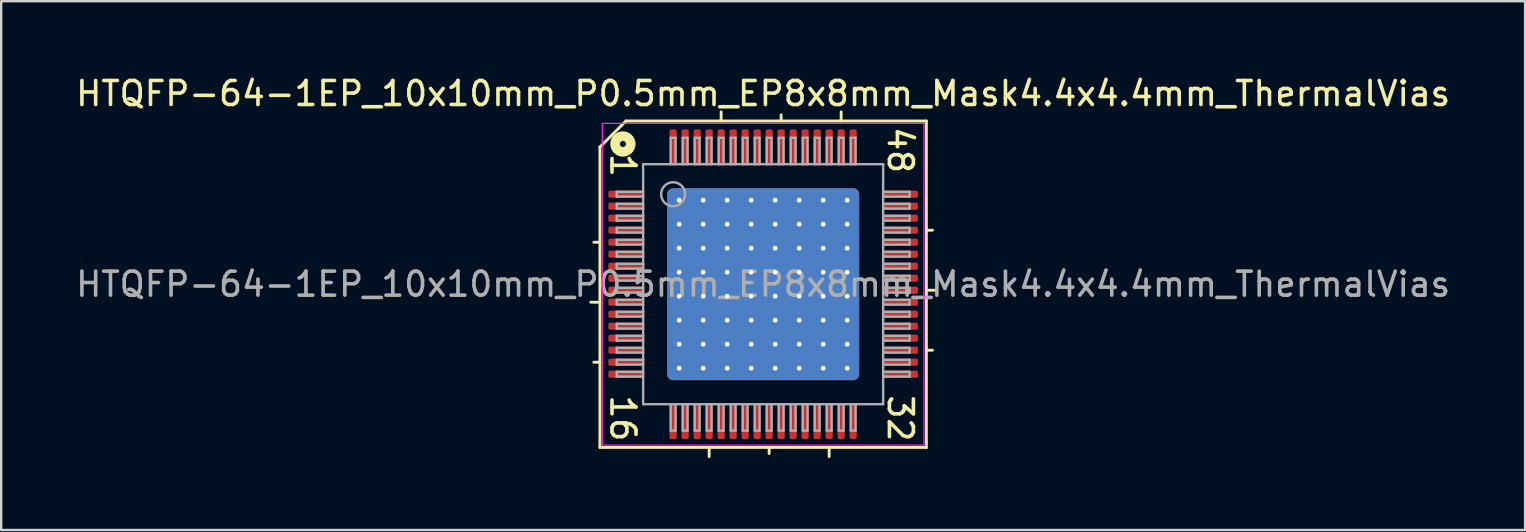
<source format=kicad_pcb>
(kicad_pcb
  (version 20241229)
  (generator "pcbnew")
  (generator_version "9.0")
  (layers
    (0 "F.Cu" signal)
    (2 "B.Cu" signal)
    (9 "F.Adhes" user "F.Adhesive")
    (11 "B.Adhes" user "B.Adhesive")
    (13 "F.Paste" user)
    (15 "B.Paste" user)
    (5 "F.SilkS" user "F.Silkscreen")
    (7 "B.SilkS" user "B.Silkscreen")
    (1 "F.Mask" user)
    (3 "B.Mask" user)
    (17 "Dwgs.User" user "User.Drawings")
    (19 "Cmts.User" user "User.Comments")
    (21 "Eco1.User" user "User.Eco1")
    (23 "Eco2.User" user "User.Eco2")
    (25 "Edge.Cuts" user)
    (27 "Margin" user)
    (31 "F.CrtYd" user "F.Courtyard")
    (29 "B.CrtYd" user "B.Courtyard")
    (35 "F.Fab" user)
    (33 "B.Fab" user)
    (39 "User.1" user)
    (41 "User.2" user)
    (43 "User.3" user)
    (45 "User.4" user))
  (footprint "HTQFP-64-1EP_10x10mm_P0.5mm_EP8x8mm_Mask4.4x4.4mm_ThermalVias"
    (layer "F.Cu")
    (at 28.744 8.791)
    (property "Reference" "HTQFP-64-1EP_10x10mm_P0.5mm_EP8x8mm_Mask4.4x4.4mm_ThermalVias" (at 0 -7.943 0) (layer "F.SilkS") (effects (font (size 1 1) (thickness 0.15))))
    (attr smd)
    (fp_line (start -6.8 -5.715) (end -6.8 6.8) (stroke (width 0.12) (type solid)) (layer "F.SilkS"))
    (fp_line (start -6.8 -1.75) (end -7.054 -1.75) (stroke (width 0.12) (type solid)) (layer "F.SilkS"))
    (fp_line (start -6.8 0.75) (end -7.181 0.75) (stroke (width 0.12) (type solid)) (layer "F.SilkS"))
    (fp_line (start -6.8 3.25) (end -7.054 3.25) (stroke (width 0.12) (type solid)) (layer "F.SilkS"))
    (fp_line (start -6.8 6.8) (end 6.8 6.8) (stroke (width 0.12) (type solid)) (layer "F.SilkS"))
    (fp_line (start -5.715 -6.8) (end -6.8 -5.715) (stroke (width 0.12) (type solid)) (layer "F.SilkS"))
    (fp_line (start -2.25 6.8) (end -2.25 7.181) (stroke (width 0.12) (type solid)) (layer "F.SilkS"))
    (fp_line (start -1.75 -6.8) (end -1.75 -7.181) (stroke (width 0.12) (type solid)) (layer "F.SilkS"))
    (fp_line (start 0.25 6.8) (end 0.25 7.054) (stroke (width 0.12) (type solid)) (layer "F.SilkS"))
    (fp_line (start 0.75 -6.8) (end 0.75 -7.054) (stroke (width 0.12) (type solid)) (layer "F.SilkS"))
    (fp_line (start 2.75 6.8) (end 2.75 7.181) (stroke (width 0.12) (type solid)) (layer "F.SilkS"))
    (fp_line (start 3.25 -6.8) (end 3.25 -7.181) (stroke (width 0.12) (type solid)) (layer "F.SilkS"))
    (fp_line (start 6.8 -6.8) (end -5.715 -6.8) (stroke (width 0.12) (type solid)) (layer "F.SilkS"))
    (fp_line (start 6.8 -2.25) (end 7.054 -2.25) (stroke (width 0.12) (type solid)) (layer "F.SilkS"))
    (fp_line (start 6.8 0.25) (end 7.181 0.25) (stroke (width 0.12) (type solid)) (layer "F.SilkS"))
    (fp_line (start 6.8 2.75) (end 7.054 2.75) (stroke (width 0.12) (type solid)) (layer "F.SilkS"))
    (fp_line (start 6.8 6.8) (end 6.8 -6.8) (stroke (width 0.12) (type solid)) (layer "F.SilkS"))
    (fp_circle (center -5.842 -5.842) (end -5.715 -5.842) (stroke (width 0.4) (type solid)) (fill no) (layer "F.SilkS"))
    (fp_line (start -6.7 -6.7) (end -6.7 6.7) (stroke (width 0.05) (type solid)) (layer "F.CrtYd"))
    (fp_line (start -6.7 -6.7) (end 6.7 -6.7) (stroke (width 0.05) (type solid)) (layer "F.CrtYd"))
    (fp_line (start -6.7 6.7) (end 6.7 6.7) (stroke (width 0.05) (type solid)) (layer "F.CrtYd"))
    (fp_line (start 6.7 -6.7) (end 6.7 6.7) (stroke (width 0.05) (type solid)) (layer "F.CrtYd"))
    (fp_line (start -6.1 -3.85) (end -6.1 -3.65) (stroke (width 0.1) (type solid)) (layer "F.Fab"))
    (fp_line (start -6.1 -3.85) (end -5 -3.85) (stroke (width 0.1) (type solid)) (layer "F.Fab"))
    (fp_line (start -6.1 -3.65) (end -5 -3.65) (stroke (width 0.1) (type solid)) (layer "F.Fab"))
    (fp_line (start -6.1 -3.35) (end -6.1 -3.15) (stroke (width 0.1) (type solid)) (layer "F.Fab"))
    (fp_line (start -6.1 -3.35) (end -5 -3.35) (stroke (width 0.1) (type solid)) (layer "F.Fab"))
    (fp_line (start -6.1 -3.15) (end -5 -3.15) (stroke (width 0.1) (type solid)) (layer "F.Fab"))
    (fp_line (start -6.1 -2.85) (end -6.1 -2.65) (stroke (width 0.1) (type solid)) (layer "F.Fab"))
    (fp_line (start -6.1 -2.85) (end -5 -2.85) (stroke (width 0.1) (type solid)) (layer "F.Fab"))
    (fp_line (start -6.1 -2.65) (end -5 -2.65) (stroke (width 0.1) (type solid)) (layer "F.Fab"))
    (fp_line (start -6.1 -2.35) (end -6.1 -2.15) (stroke (width 0.1) (type solid)) (layer "F.Fab"))
    (fp_line (start -6.1 -2.35) (end -5 -2.35) (stroke (width 0.1) (type solid)) (layer "F.Fab"))
    (fp_line (start -6.1 -2.15) (end -5 -2.15) (stroke (width 0.1) (type solid)) (layer "F.Fab"))
    (fp_line (start -6.1 -1.85) (end -6.1 -1.65) (stroke (width 0.1) (type solid)) (layer "F.Fab"))
    (fp_line (start -6.1 -1.85) (end -5 -1.85) (stroke (width 0.1) (type solid)) (layer "F.Fab"))
    (fp_line (start -6.1 -1.65) (end -5 -1.65) (stroke (width 0.1) (type solid)) (layer "F.Fab"))
    (fp_line (start -6.1 -1.35) (end -6.1 -1.15) (stroke (width 0.1) (type solid)) (layer "F.Fab"))
    (fp_line (start -6.1 -1.35) (end -5 -1.35) (stroke (width 0.1) (type solid)) (layer "F.Fab"))
    (fp_line (start -6.1 -1.15) (end -5 -1.15) (stroke (width 0.1) (type solid)) (layer "F.Fab"))
    (fp_line (start -6.1 -0.85) (end -6.1 -0.65) (stroke (width 0.1) (type solid)) (layer "F.Fab"))
    (fp_line (start -6.1 -0.85) (end -5 -0.85) (stroke (width 0.1) (type solid)) (layer "F.Fab"))
    (fp_line (start -6.1 -0.65) (end -5 -0.65) (stroke (width 0.1) (type solid)) (layer "F.Fab"))
    (fp_line (start -6.1 -0.35) (end -6.1 -0.15) (stroke (width 0.1) (type solid)) (layer "F.Fab"))
    (fp_line (start -6.1 -0.35) (end -5 -0.35) (stroke (width 0.1) (type solid)) (layer "F.Fab"))
    (fp_line (start -6.1 -0.15) (end -5 -0.15) (stroke (width 0.1) (type solid)) (layer "F.Fab"))
    (fp_line (start -6.1 0.15) (end -6.1 0.35) (stroke (width 0.1) (type solid)) (layer "F.Fab"))
    (fp_line (start -6.1 0.15) (end -5 0.15) (stroke (width 0.1) (type solid)) (layer "F.Fab"))
    (fp_line (start -6.1 0.35) (end -5 0.35) (stroke (width 0.1) (type solid)) (layer "F.Fab"))
    (fp_line (start -6.1 0.65) (end -6.1 0.85) (stroke (width 0.1) (type solid)) (layer "F.Fab"))
    (fp_line (start -6.1 0.65) (end -5 0.65) (stroke (width 0.1) (type solid)) (layer "F.Fab"))
    (fp_line (start -6.1 0.85) (end -5 0.85) (stroke (width 0.1) (type solid)) (layer "F.Fab"))
    (fp_line (start -6.1 1.15) (end -6.1 1.35) (stroke (width 0.1) (type solid)) (layer "F.Fab"))
    (fp_line (start -6.1 1.15) (end -5 1.15) (stroke (width 0.1) (type solid)) (layer "F.Fab"))
    (fp_line (start -6.1 1.35) (end -5 1.35) (stroke (width 0.1) (type solid)) (layer "F.Fab"))
    (fp_line (start -6.1 1.65) (end -6.1 1.85) (stroke (width 0.1) (type solid)) (layer "F.Fab"))
    (fp_line (start -6.1 1.65) (end -5 1.65) (stroke (width 0.1) (type solid)) (layer "F.Fab"))
    (fp_line (start -6.1 1.85) (end -5 1.85) (stroke (width 0.1) (type solid)) (layer "F.Fab"))
    (fp_line (start -6.1 2.15) (end -6.1 2.35) (stroke (width 0.1) (type solid)) (layer "F.Fab"))
    (fp_line (start -6.1 2.15) (end -5 2.15) (stroke (width 0.1) (type solid)) (layer "F.Fab"))
    (fp_line (start -6.1 2.35) (end -5 2.35) (stroke (width 0.1) (type solid)) (layer "F.Fab"))
    (fp_line (start -6.1 2.65) (end -6.1 2.85) (stroke (width 0.1) (type solid)) (layer "F.Fab"))
    (fp_line (start -6.1 2.65) (end -5 2.65) (stroke (width 0.1) (type solid)) (layer "F.Fab"))
    (fp_line (start -6.1 2.85) (end -5 2.85) (stroke (width 0.1) (type solid)) (layer "F.Fab"))
    (fp_line (start -6.1 3.15) (end -6.1 3.35) (stroke (width 0.1) (type solid)) (layer "F.Fab"))
    (fp_line (start -6.1 3.15) (end -5 3.15) (stroke (width 0.1) (type solid)) (layer "F.Fab"))
    (fp_line (start -6.1 3.35) (end -5 3.35) (stroke (width 0.1) (type solid)) (layer "F.Fab"))
    (fp_line (start -6.1 3.65) (end -6.1 3.85) (stroke (width 0.1) (type solid)) (layer "F.Fab"))
    (fp_line (start -6.1 3.65) (end -5 3.65) (stroke (width 0.1) (type solid)) (layer "F.Fab"))
    (fp_line (start -6.1 3.85) (end -5 3.85) (stroke (width 0.1) (type solid)) (layer "F.Fab"))
    (fp_line (start -5 -5) (end 5 -5) (stroke (width 0.1) (type solid)) (layer "F.Fab"))
    (fp_line (start -5 5) (end -5 -5) (stroke (width 0.1) (type solid)) (layer "F.Fab"))
    (fp_line (start -3.85 -6.1) (end -3.85 -5) (stroke (width 0.1) (type solid)) (layer "F.Fab"))
    (fp_line (start -3.85 6.1) (end -3.85 5) (stroke (width 0.1) (type solid)) (layer "F.Fab"))
    (fp_line (start -3.85 6.1) (end -3.65 6.1) (stroke (width 0.1) (type solid)) (layer "F.Fab"))
    (fp_line (start -3.65 -6.1) (end -3.85 -6.1) (stroke (width 0.1) (type solid)) (layer "F.Fab"))
    (fp_line (start -3.65 -6.1) (end -3.65 -5) (stroke (width 0.1) (type solid)) (layer "F.Fab"))
    (fp_line (start -3.65 6.1) (end -3.65 5) (stroke (width 0.1) (type solid)) (layer "F.Fab"))
    (fp_line (start -3.35 -6.1) (end -3.35 -5) (stroke (width 0.1) (type solid)) (layer "F.Fab"))
    (fp_line (start -3.35 6.1) (end -3.35 5) (stroke (width 0.1) (type solid)) (layer "F.Fab"))
    (fp_line (start -3.35 6.1) (end -3.15 6.1) (stroke (width 0.1) (type solid)) (layer "F.Fab"))
    (fp_line (start -3.15 -6.1) (end -3.35 -6.1) (stroke (width 0.1) (type solid)) (layer "F.Fab"))
    (fp_line (start -3.15 -6.1) (end -3.15 -5) (stroke (width 0.1) (type solid)) (layer "F.Fab"))
    (fp_line (start -3.15 6.1) (end -3.15 5) (stroke (width 0.1) (type solid)) (layer "F.Fab"))
    (fp_line (start -2.85 -6.1) (end -2.85 -5) (stroke (width 0.1) (type solid)) (layer "F.Fab"))
    (fp_line (start -2.85 6.1) (end -2.85 5) (stroke (width 0.1) (type solid)) (layer "F.Fab"))
    (fp_line (start -2.85 6.1) (end -2.65 6.1) (stroke (width 0.1) (type solid)) (layer "F.Fab"))
    (fp_line (start -2.65 -6.1) (end -2.85 -6.1) (stroke (width 0.1) (type solid)) (layer "F.Fab"))
    (fp_line (start -2.65 -6.1) (end -2.65 -5) (stroke (width 0.1) (type solid)) (layer "F.Fab"))
    (fp_line (start -2.65 6.1) (end -2.65 5) (stroke (width 0.1) (type solid)) (layer "F.Fab"))
    (fp_line (start -2.35 -6.1) (end -2.35 -5) (stroke (width 0.1) (type solid)) (layer "F.Fab"))
    (fp_line (start -2.35 6.1) (end -2.35 5) (stroke (width 0.1) (type solid)) (layer "F.Fab"))
    (fp_line (start -2.35 6.1) (end -2.15 6.1) (stroke (width 0.1) (type solid)) (layer "F.Fab"))
    (fp_line (start -2.15 -6.1) (end -2.35 -6.1) (stroke (width 0.1) (type solid)) (layer "F.Fab"))
    (fp_line (start -2.15 -6.1) (end -2.15 -5) (stroke (width 0.1) (type solid)) (layer "F.Fab"))
    (fp_line (start -2.15 6.1) (end -2.15 5) (stroke (width 0.1) (type solid)) (layer "F.Fab"))
    (fp_line (start -1.85 -6.1) (end -1.85 -5) (stroke (width 0.1) (type solid)) (layer "F.Fab"))
    (fp_line (start -1.85 6.1) (end -1.85 5) (stroke (width 0.1) (type solid)) (layer "F.Fab"))
    (fp_line (start -1.85 6.1) (end -1.65 6.1) (stroke (width 0.1) (type solid)) (layer "F.Fab"))
    (fp_line (start -1.65 -6.1) (end -1.85 -6.1) (stroke (width 0.1) (type solid)) (layer "F.Fab"))
    (fp_line (start -1.65 -6.1) (end -1.65 -5) (stroke (width 0.1) (type solid)) (layer "F.Fab"))
    (fp_line (start -1.65 6.1) (end -1.65 5) (stroke (width 0.1) (type solid)) (layer "F.Fab"))
    (fp_line (start -1.35 -6.1) (end -1.35 -5) (stroke (width 0.1) (type solid)) (layer "F.Fab"))
    (fp_line (start -1.35 6.1) (end -1.35 5) (stroke (width 0.1) (type solid)) (layer "F.Fab"))
    (fp_line (start -1.35 6.1) (end -1.15 6.1) (stroke (width 0.1) (type solid)) (layer "F.Fab"))
    (fp_line (start -1.15 -6.1) (end -1.35 -6.1) (stroke (width 0.1) (type solid)) (layer "F.Fab"))
    (fp_line (start -1.15 -6.1) (end -1.15 -5) (stroke (width 0.1) (type solid)) (layer "F.Fab"))
    (fp_line (start -1.15 6.1) (end -1.15 5) (stroke (width 0.1) (type solid)) (layer "F.Fab"))
    (fp_line (start -0.85 -6.1) (end -0.85 -5) (stroke (width 0.1) (type solid)) (layer "F.Fab"))
    (fp_line (start -0.85 6.1) (end -0.85 5) (stroke (width 0.1) (type solid)) (layer "F.Fab"))
    (fp_line (start -0.85 6.1) (end -0.65 6.1) (stroke (width 0.1) (type solid)) (layer "F.Fab"))
    (fp_line (start -0.65 -6.1) (end -0.85 -6.1) (stroke (width 0.1) (type solid)) (layer "F.Fab"))
    (fp_line (start -0.65 -6.1) (end -0.65 -5) (stroke (width 0.1) (type solid)) (layer "F.Fab"))
    (fp_line (start -0.65 6.1) (end -0.65 5) (stroke (width 0.1) (type solid)) (layer "F.Fab"))
    (fp_line (start -0.35 -6.1) (end -0.35 -5) (stroke (width 0.1) (type solid)) (layer "F.Fab"))
    (fp_line (start -0.35 6.1) (end -0.35 5) (stroke (width 0.1) (type solid)) (layer "F.Fab"))
    (fp_line (start -0.35 6.1) (end -0.15 6.1) (stroke (width 0.1) (type solid)) (layer "F.Fab"))
    (fp_line (start -0.15 -6.1) (end -0.35 -6.1) (stroke (width 0.1) (type solid)) (layer "F.Fab"))
    (fp_line (start -0.15 -6.1) (end -0.15 -5) (stroke (width 0.1) (type solid)) (layer "F.Fab"))
    (fp_line (start -0.15 6.1) (end -0.15 5) (stroke (width 0.1) (type solid)) (layer "F.Fab"))
    (fp_line (start 0.15 -6.1) (end 0.15 -5) (stroke (width 0.1) (type solid)) (layer "F.Fab"))
    (fp_line (start 0.15 6.1) (end 0.15 5) (stroke (width 0.1) (type solid)) (layer "F.Fab"))
    (fp_line (start 0.15 6.1) (end 0.35 6.1) (stroke (width 0.1) (type solid)) (layer "F.Fab"))
    (fp_line (start 0.35 -6.1) (end 0.15 -6.1) (stroke (width 0.1) (type solid)) (layer "F.Fab"))
    (fp_line (start 0.35 -6.1) (end 0.35 -5) (stroke (width 0.1) (type solid)) (layer "F.Fab"))
    (fp_line (start 0.35 6.1) (end 0.35 5) (stroke (width 0.1) (type solid)) (layer "F.Fab"))
    (fp_line (start 0.65 -6.1) (end 0.65 -5) (stroke (width 0.1) (type solid)) (layer "F.Fab"))
    (fp_line (start 0.65 6.1) (end 0.65 5) (stroke (width 0.1) (type solid)) (layer "F.Fab"))
    (fp_line (start 0.65 6.1) (end 0.85 6.1) (stroke (width 0.1) (type solid)) (layer "F.Fab"))
    (fp_line (start 0.85 -6.1) (end 0.65 -6.1) (stroke (width 0.1) (type solid)) (layer "F.Fab"))
    (fp_line (start 0.85 -6.1) (end 0.85 -5) (stroke (width 0.1) (type solid)) (layer "F.Fab"))
    (fp_line (start 0.85 6.1) (end 0.85 5) (stroke (width 0.1) (type solid)) (layer "F.Fab"))
    (fp_line (start 1.15 -6.1) (end 1.15 -5) (stroke (width 0.1) (type solid)) (layer "F.Fab"))
    (fp_line (start 1.15 6.1) (end 1.15 5) (stroke (width 0.1) (type solid)) (layer "F.Fab"))
    (fp_line (start 1.15 6.1) (end 1.35 6.1) (stroke (width 0.1) (type solid)) (layer "F.Fab"))
    (fp_line (start 1.35 -6.1) (end 1.15 -6.1) (stroke (width 0.1) (type solid)) (layer "F.Fab"))
    (fp_line (start 1.35 -6.1) (end 1.35 -5) (stroke (width 0.1) (type solid)) (layer "F.Fab"))
    (fp_line (start 1.35 6.1) (end 1.35 5) (stroke (width 0.1) (type solid)) (layer "F.Fab"))
    (fp_line (start 1.65 -6.1) (end 1.65 -5) (stroke (width 0.1) (type solid)) (layer "F.Fab"))
    (fp_line (start 1.65 6.1) (end 1.65 5) (stroke (width 0.1) (type solid)) (layer "F.Fab"))
    (fp_line (start 1.65 6.1) (end 1.85 6.1) (stroke (width 0.1) (type solid)) (layer "F.Fab"))
    (fp_line (start 1.85 -6.1) (end 1.65 -6.1) (stroke (width 0.1) (type solid)) (layer "F.Fab"))
    (fp_line (start 1.85 -6.1) (end 1.85 -5) (stroke (width 0.1) (type solid)) (layer "F.Fab"))
    (fp_line (start 1.85 6.1) (end 1.85 5) (stroke (width 0.1) (type solid)) (layer "F.Fab"))
    (fp_line (start 2.15 -6.1) (end 2.15 -5) (stroke (width 0.1) (type solid)) (layer "F.Fab"))
    (fp_line (start 2.15 6.1) (end 2.15 5) (stroke (width 0.1) (type solid)) (layer "F.Fab"))
    (fp_line (start 2.15 6.1) (end 2.35 6.1) (stroke (width 0.1) (type solid)) (layer "F.Fab"))
    (fp_line (start 2.35 -6.1) (end 2.15 -6.1) (stroke (width 0.1) (type solid)) (layer "F.Fab"))
    (fp_line (start 2.35 -6.1) (end 2.35 -5) (stroke (width 0.1) (type solid)) (layer "F.Fab"))
    (fp_line (start 2.35 6.1) (end 2.35 5) (stroke (width 0.1) (type solid)) (layer "F.Fab"))
    (fp_line (start 2.65 -6.1) (end 2.65 -5) (stroke (width 0.1) (type solid)) (layer "F.Fab"))
    (fp_line (start 2.65 6.1) (end 2.65 5) (stroke (width 0.1) (type solid)) (layer "F.Fab"))
    (fp_line (start 2.65 6.1) (end 2.85 6.1) (stroke (width 0.1) (type solid)) (layer "F.Fab"))
    (fp_line (start 2.85 -6.1) (end 2.65 -6.1) (stroke (width 0.1) (type solid)) (layer "F.Fab"))
    (fp_line (start 2.85 -6.1) (end 2.85 -5) (stroke (width 0.1) (type solid)) (layer "F.Fab"))
    (fp_line (start 2.85 6.1) (end 2.85 5) (stroke (width 0.1) (type solid)) (layer "F.Fab"))
    (fp_line (start 3.15 -6.1) (end 3.15 -5) (stroke (width 0.1) (type solid)) (layer "F.Fab"))
    (fp_line (start 3.15 6.1) (end 3.15 5) (stroke (width 0.1) (type solid)) (layer "F.Fab"))
    (fp_line (start 3.15 6.1) (end 3.35 6.1) (stroke (width 0.1) (type solid)) (layer "F.Fab"))
    (fp_line (start 3.35 -6.1) (end 3.15 -6.1) (stroke (width 0.1) (type solid)) (layer "F.Fab"))
    (fp_line (start 3.35 -6.1) (end 3.35 -5) (stroke (width 0.1) (type solid)) (layer "F.Fab"))
    (fp_line (start 3.35 6.1) (end 3.35 5) (stroke (width 0.1) (type solid)) (layer "F.Fab"))
    (fp_line (start 3.65 -6.1) (end 3.65 -5) (stroke (width 0.1) (type solid)) (layer "F.Fab"))
    (fp_line (start 3.65 6.1) (end 3.65 5) (stroke (width 0.1) (type solid)) (layer "F.Fab"))
    (fp_line (start 3.65 6.1) (end 3.85 6.1) (stroke (width 0.1) (type solid)) (layer "F.Fab"))
    (fp_line (start 3.85 -6.1) (end 3.65 -6.1) (stroke (width 0.1) (type solid)) (layer "F.Fab"))
    (fp_line (start 3.85 -6.1) (end 3.85 -5) (stroke (width 0.1) (type solid)) (layer "F.Fab"))
    (fp_line (start 3.85 6.1) (end 3.85 5) (stroke (width 0.1) (type solid)) (layer "F.Fab"))
    (fp_line (start 5 -5) (end 5 5) (stroke (width 0.1) (type solid)) (layer "F.Fab"))
    (fp_line (start 5 5) (end -5 5) (stroke (width 0.1) (type solid)) (layer "F.Fab"))
    (fp_line (start 6.1 -3.85) (end 5 -3.85) (stroke (width 0.1) (type solid)) (layer "F.Fab"))
    (fp_line (start 6.1 -3.65) (end 5 -3.65) (stroke (width 0.1) (type solid)) (layer "F.Fab"))
    (fp_line (start 6.1 -3.65) (end 6.1 -3.85) (stroke (width 0.1) (type solid)) (layer "F.Fab"))
    (fp_line (start 6.1 -3.35) (end 5 -3.35) (stroke (width 0.1) (type solid)) (layer "F.Fab"))
    (fp_line (start 6.1 -3.15) (end 5 -3.15) (stroke (width 0.1) (type solid)) (layer "F.Fab"))
    (fp_line (start 6.1 -3.15) (end 6.1 -3.35) (stroke (width 0.1) (type solid)) (layer "F.Fab"))
    (fp_line (start 6.1 -2.85) (end 5 -2.85) (stroke (width 0.1) (type solid)) (layer "F.Fab"))
    (fp_line (start 6.1 -2.65) (end 5 -2.65) (stroke (width 0.1) (type solid)) (layer "F.Fab"))
    (fp_line (start 6.1 -2.65) (end 6.1 -2.85) (stroke (width 0.1) (type solid)) (layer "F.Fab"))
    (fp_line (start 6.1 -2.35) (end 5 -2.35) (stroke (width 0.1) (type solid)) (layer "F.Fab"))
    (fp_line (start 6.1 -2.15) (end 5 -2.15) (stroke (width 0.1) (type solid)) (layer "F.Fab"))
    (fp_line (start 6.1 -2.15) (end 6.1 -2.35) (stroke (width 0.1) (type solid)) (layer "F.Fab"))
    (fp_line (start 6.1 -1.85) (end 5 -1.85) (stroke (width 0.1) (type solid)) (layer "F.Fab"))
    (fp_line (start 6.1 -1.65) (end 5 -1.65) (stroke (width 0.1) (type solid)) (layer "F.Fab"))
    (fp_line (start 6.1 -1.65) (end 6.1 -1.85) (stroke (width 0.1) (type solid)) (layer "F.Fab"))
    (fp_line (start 6.1 -1.35) (end 5 -1.35) (stroke (width 0.1) (type solid)) (layer "F.Fab"))
    (fp_line (start 6.1 -1.15) (end 5 -1.15) (stroke (width 0.1) (type solid)) (layer "F.Fab"))
    (fp_line (start 6.1 -1.15) (end 6.1 -1.35) (stroke (width 0.1) (type solid)) (layer "F.Fab"))
    (fp_line (start 6.1 -0.85) (end 5 -0.85) (stroke (width 0.1) (type solid)) (layer "F.Fab"))
    (fp_line (start 6.1 -0.65) (end 5 -0.65) (stroke (width 0.1) (type solid)) (layer "F.Fab"))
    (fp_line (start 6.1 -0.65) (end 6.1 -0.85) (stroke (width 0.1) (type solid)) (layer "F.Fab"))
    (fp_line (start 6.1 -0.35) (end 5 -0.35) (stroke (width 0.1) (type solid)) (layer "F.Fab"))
    (fp_line (start 6.1 -0.15) (end 5 -0.15) (stroke (width 0.1) (type solid)) (layer "F.Fab"))
    (fp_line (start 6.1 -0.15) (end 6.1 -0.35) (stroke (width 0.1) (type solid)) (layer "F.Fab"))
    (fp_line (start 6.1 0.15) (end 5 0.15) (stroke (width 0.1) (type solid)) (layer "F.Fab"))
    (fp_line (start 6.1 0.35) (end 5 0.35) (stroke (width 0.1) (type solid)) (layer "F.Fab"))
    (fp_line (start 6.1 0.35) (end 6.1 0.15) (stroke (width 0.1) (type solid)) (layer "F.Fab"))
    (fp_line (start 6.1 0.65) (end 5 0.65) (stroke (width 0.1) (type solid)) (layer "F.Fab"))
    (fp_line (start 6.1 0.85) (end 5 0.85) (stroke (width 0.1) (type solid)) (layer "F.Fab"))
    (fp_line (start 6.1 0.85) (end 6.1 0.65) (stroke (width 0.1) (type solid)) (layer "F.Fab"))
    (fp_line (start 6.1 1.15) (end 5 1.15) (stroke (width 0.1) (type solid)) (layer "F.Fab"))
    (fp_line (start 6.1 1.35) (end 5 1.35) (stroke (width 0.1) (type solid)) (layer "F.Fab"))
    (fp_line (start 6.1 1.35) (end 6.1 1.15) (stroke (width 0.1) (type solid)) (layer "F.Fab"))
    (fp_line (start 6.1 1.65) (end 5 1.65) (stroke (width 0.1) (type solid)) (layer "F.Fab"))
    (fp_line (start 6.1 1.85) (end 5 1.85) (stroke (width 0.1) (type solid)) (layer "F.Fab"))
    (fp_line (start 6.1 1.85) (end 6.1 1.65) (stroke (width 0.1) (type solid)) (layer "F.Fab"))
    (fp_line (start 6.1 2.15) (end 5 2.15) (stroke (width 0.1) (type solid)) (layer "F.Fab"))
    (fp_line (start 6.1 2.35) (end 5 2.35) (stroke (width 0.1) (type solid)) (layer "F.Fab"))
    (fp_line (start 6.1 2.35) (end 6.1 2.15) (stroke (width 0.1) (type solid)) (layer "F.Fab"))
    (fp_line (start 6.1 2.65) (end 5 2.65) (stroke (width 0.1) (type solid)) (layer "F.Fab"))
    (fp_line (start 6.1 2.85) (end 5 2.85) (stroke (width 0.1) (type solid)) (layer "F.Fab"))
    (fp_line (start 6.1 2.85) (end 6.1 2.65) (stroke (width 0.1) (type solid)) (layer "F.Fab"))
    (fp_line (start 6.1 3.15) (end 5 3.15) (stroke (width 0.1) (type solid)) (layer "F.Fab"))
    (fp_line (start 6.1 3.35) (end 5 3.35) (stroke (width 0.1) (type solid)) (layer "F.Fab"))
    (fp_line (start 6.1 3.35) (end 6.1 3.15) (stroke (width 0.1) (type solid)) (layer "F.Fab"))
    (fp_line (start 6.1 3.65) (end 5 3.65) (stroke (width 0.1) (type solid)) (layer "F.Fab"))
    (fp_line (start 6.1 3.85) (end 5 3.85) (stroke (width 0.1) (type solid)) (layer "F.Fab"))
    (fp_line (start 6.1 3.85) (end 6.1 3.65) (stroke (width 0.1) (type solid)) (layer "F.Fab"))
    (fp_circle (center -3.75 -3.75) (end -3.25 -3.75) (stroke (width 0.1) (type solid)) (fill no) (layer "F.Fab"))
    (fp_text user "16" (at -5.842 5.588 270) (unlocked yes) (layer "F.SilkS") (effects (font (size 1 1) (thickness 0.15))))
    (fp_text user "1" (at -5.842 -4.953 270) (unlocked yes) (layer "F.SilkS") (effects (font (size 1 1) (thickness 0.15))))
    (fp_text user "32" (at 5.715 5.588 270) (unlocked yes) (layer "F.SilkS") (effects (font (size 1 1) (thickness 0.15))))
    (fp_text user "48" (at 5.715 -5.588 270) (unlocked yes) (layer "F.SilkS") (effects (font (size 1 1) (thickness 0.15))))
    (fp_text user "${REFERENCE}" (at 0 0 0) (layer "F.Fab") (effects (font (size 1 1) (thickness 0.15))))
    (pad "" smd roundrect (at -3.2 -3.2 180) (size 1.3 1.3) (layers "F.Paste") (roundrect_rratio 0.192))
    (pad "" smd roundrect (at -3.2 -1.6 180) (size 1.3 1.3) (layers "F.Paste") (roundrect_rratio 0.192))
    (pad "" smd roundrect (at -3.2 0 180) (size 1.3 1.3) (layers "F.Paste") (roundrect_rratio 0.192))
    (pad "" smd roundrect (at -3.2 1.6 180) (size 1.3 1.3) (layers "F.Paste") (roundrect_rratio 0.192))
    (pad "" smd roundrect (at -3.2 3.2 180) (size 1.3 1.3) (layers "F.Paste") (roundrect_rratio 0.192))
    (pad "" smd roundrect (at -1.6 -3.2 180) (size 1.3 1.3) (layers "F.Paste") (roundrect_rratio 0.192))
    (pad "" smd roundrect (at -1.6 -1.6 180) (size 1.3 1.3) (layers "F.Paste") (roundrect_rratio 0.192))
    (pad "" smd roundrect (at -1.6 0 180) (size 1.3 1.3) (layers "F.Paste") (roundrect_rratio 0.192))
    (pad "" smd roundrect (at -1.6 1.6 180) (size 1.3 1.3) (layers "F.Paste") (roundrect_rratio 0.192))
    (pad "" smd roundrect (at -1.6 3.2 180) (size 1.3 1.3) (layers "F.Paste") (roundrect_rratio 0.192))
    (pad "" smd roundrect (at 0 -3.2 180) (size 1.3 1.3) (layers "F.Paste") (roundrect_rratio 0.192))
    (pad "" smd roundrect (at 0 -1.6 180) (size 1.3 1.3) (layers "F.Paste") (roundrect_rratio 0.192))
    (pad "" smd roundrect (at 0 0 180) (size 1.3 1.3) (layers "F.Paste") (roundrect_rratio 0.192))
    (pad "" smd rect (at 0 0 180) (size 4.4 4.4) (layers "F.Mask"))
    (pad "" smd roundrect (at 0 1.6 180) (size 1.3 1.3) (layers "F.Paste") (roundrect_rratio 0.192))
    (pad "" smd roundrect (at 0 3.2 180) (size 1.3 1.3) (layers "F.Paste") (roundrect_rratio 0.192))
    (pad "" smd roundrect (at 1.6 -3.2 180) (size 1.3 1.3) (layers "F.Paste") (roundrect_rratio 0.192))
    (pad "" smd roundrect (at 1.6 -1.6 180) (size 1.3 1.3) (layers "F.Paste") (roundrect_rratio 0.192))
    (pad "" smd roundrect (at 1.6 0 180) (size 1.3 1.3) (layers "F.Paste") (roundrect_rratio 0.192))
    (pad "" smd roundrect (at 1.6 1.6 180) (size 1.3 1.3) (layers "F.Paste") (roundrect_rratio 0.192))
    (pad "" smd roundrect (at 1.6 3.2 180) (size 1.3 1.3) (layers "F.Paste") (roundrect_rratio 0.192))
    (pad "" smd roundrect (at 3.2 -3.2 180) (size 1.3 1.3) (layers "F.Paste") (roundrect_rratio 0.192))
    (pad "" smd roundrect (at 3.2 -1.6 180) (size 1.3 1.3) (layers "F.Paste") (roundrect_rratio 0.192))
    (pad "" smd roundrect (at 3.2 0 180) (size 1.3 1.3) (layers "F.Paste") (roundrect_rratio 0.192))
    (pad "" smd roundrect (at 3.2 1.6 180) (size 1.3 1.3) (layers "F.Paste") (roundrect_rratio 0.192))
    (pad "" smd roundrect (at 3.2 3.2 180) (size 1.3 1.3) (layers "F.Paste") (roundrect_rratio 0.192))
    (pad "1" smd roundrect (at -5.7 -3.75) (size 1.5 0.3) (layers "F.Cu" "F.Mask" "F.Paste") (roundrect_rratio 0.25))
    (pad "2" smd roundrect (at -5.7 -3.25) (size 1.5 0.3) (layers "F.Cu" "F.Mask" "F.Paste") (roundrect_rratio 0.25))
    (pad "3" smd roundrect (at -5.7 -2.75) (size 1.5 0.3) (layers "F.Cu" "F.Mask" "F.Paste") (roundrect_rratio 0.25))
    (pad "4" smd roundrect (at -5.7 -2.25) (size 1.5 0.3) (layers "F.Cu" "F.Mask" "F.Paste") (roundrect_rratio 0.25))
    (pad "5" smd roundrect (at -5.7 -1.75) (size 1.5 0.3) (layers "F.Cu" "F.Mask" "F.Paste") (roundrect_rratio 0.25))
    (pad "6" smd roundrect (at -5.7 -1.25) (size 1.5 0.3) (layers "F.Cu" "F.Mask" "F.Paste") (roundrect_rratio 0.25))
    (pad "7" smd roundrect (at -5.7 -0.75) (size 1.5 0.3) (layers "F.Cu" "F.Mask" "F.Paste") (roundrect_rratio 0.25))
    (pad "8" smd roundrect (at -5.7 -0.25) (size 1.5 0.3) (layers "F.Cu" "F.Mask" "F.Paste") (roundrect_rratio 0.25))
    (pad "9" smd roundrect (at -5.7 0.25) (size 1.5 0.3) (layers "F.Cu" "F.Mask" "F.Paste") (roundrect_rratio 0.25))
    (pad "10" smd roundrect (at -5.7 0.75) (size 1.5 0.3) (layers "F.Cu" "F.Mask" "F.Paste") (roundrect_rratio 0.25))
    (pad "11" smd roundrect (at -5.7 1.25) (size 1.5 0.3) (layers "F.Cu" "F.Mask" "F.Paste") (roundrect_rratio 0.25))
    (pad "12" smd roundrect (at -5.7 1.75) (size 1.5 0.3) (layers "F.Cu" "F.Mask" "F.Paste") (roundrect_rratio 0.25))
    (pad "13" smd roundrect (at -5.7 2.25) (size 1.5 0.3) (layers "F.Cu" "F.Mask" "F.Paste") (roundrect_rratio 0.25))
    (pad "14" smd roundrect (at -5.7 2.75) (size 1.5 0.3) (layers "F.Cu" "F.Mask" "F.Paste") (roundrect_rratio 0.25))
    (pad "15" smd roundrect (at -5.7 3.25) (size 1.5 0.3) (layers "F.Cu" "F.Mask" "F.Paste") (roundrect_rratio 0.25))
    (pad "16" smd roundrect (at -5.7 3.75) (size 1.5 0.3) (layers "F.Cu" "F.Mask" "F.Paste") (roundrect_rratio 0.25))
    (pad "17" smd roundrect (at -3.75 5.7 90) (size 1.5 0.3) (layers "F.Cu" "F.Mask" "F.Paste") (roundrect_rratio 0.25))
    (pad "18" smd roundrect (at -3.25 5.7 90) (size 1.5 0.3) (layers "F.Cu" "F.Mask" "F.Paste") (roundrect_rratio 0.25))
    (pad "19" smd roundrect (at -2.75 5.7 90) (size 1.5 0.3) (layers "F.Cu" "F.Mask" "F.Paste") (roundrect_rratio 0.25))
    (pad "20" smd roundrect (at -2.25 5.7 90) (size 1.5 0.3) (layers "F.Cu" "F.Mask" "F.Paste") (roundrect_rratio 0.25))
    (pad "21" smd roundrect (at -1.75 5.7 90) (size 1.5 0.3) (layers "F.Cu" "F.Mask" "F.Paste") (roundrect_rratio 0.25))
    (pad "22" smd roundrect (at -1.25 5.7 90) (size 1.5 0.3) (layers "F.Cu" "F.Mask" "F.Paste") (roundrect_rratio 0.25))
    (pad "23" smd roundrect (at -0.75 5.7 90) (size 1.5 0.3) (layers "F.Cu" "F.Mask" "F.Paste") (roundrect_rratio 0.25))
    (pad "24" smd roundrect (at -0.25 5.7 90) (size 1.5 0.3) (layers "F.Cu" "F.Mask" "F.Paste") (roundrect_rratio 0.25))
    (pad "25" smd roundrect (at 0.25 5.7 90) (size 1.5 0.3) (layers "F.Cu" "F.Mask" "F.Paste") (roundrect_rratio 0.25))
    (pad "26" smd roundrect (at 0.75 5.7 90) (size 1.5 0.3) (layers "F.Cu" "F.Mask" "F.Paste") (roundrect_rratio 0.25))
    (pad "27" smd roundrect (at 1.25 5.7 90) (size 1.5 0.3) (layers "F.Cu" "F.Mask" "F.Paste") (roundrect_rratio 0.25))
    (pad "28" smd roundrect (at 1.75 5.7 90) (size 1.5 0.3) (layers "F.Cu" "F.Mask" "F.Paste") (roundrect_rratio 0.25))
    (pad "29" smd roundrect (at 2.25 5.7 90) (size 1.5 0.3) (layers "F.Cu" "F.Mask" "F.Paste") (roundrect_rratio 0.25))
    (pad "30" smd roundrect (at 2.75 5.7 90) (size 1.5 0.3) (layers "F.Cu" "F.Mask" "F.Paste") (roundrect_rratio 0.25))
    (pad "31" smd roundrect (at 3.25 5.7 90) (size 1.5 0.3) (layers "F.Cu" "F.Mask" "F.Paste") (roundrect_rratio 0.25))
    (pad "32" smd roundrect (at 3.75 5.7 90) (size 1.5 0.3) (layers "F.Cu" "F.Mask" "F.Paste") (roundrect_rratio 0.25))
    (pad "33" smd roundrect (at 5.7 3.75) (size 1.5 0.3) (layers "F.Cu" "F.Mask" "F.Paste") (roundrect_rratio 0.25))
    (pad "34" smd roundrect (at 5.7 3.25) (size 1.5 0.3) (layers "F.Cu" "F.Mask" "F.Paste") (roundrect_rratio 0.25))
    (pad "35" smd roundrect (at 5.7 2.75) (size 1.5 0.3) (layers "F.Cu" "F.Mask" "F.Paste") (roundrect_rratio 0.25))
    (pad "36" smd roundrect (at 5.7 2.25) (size 1.5 0.3) (layers "F.Cu" "F.Mask" "F.Paste") (roundrect_rratio 0.25))
    (pad "37" smd roundrect (at 5.7 1.75) (size 1.5 0.3) (layers "F.Cu" "F.Mask" "F.Paste") (roundrect_rratio 0.25))
    (pad "38" smd roundrect (at 5.7 1.25) (size 1.5 0.3) (layers "F.Cu" "F.Mask" "F.Paste") (roundrect_rratio 0.25))
    (pad "39" smd roundrect (at 5.7 0.75) (size 1.5 0.3) (layers "F.Cu" "F.Mask" "F.Paste") (roundrect_rratio 0.25))
    (pad "40" smd roundrect (at 5.7 0.25) (size 1.5 0.3) (layers "F.Cu" "F.Mask" "F.Paste") (roundrect_rratio 0.25))
    (pad "41" smd roundrect (at 5.7 -0.25) (size 1.5 0.3) (layers "F.Cu" "F.Mask" "F.Paste") (roundrect_rratio 0.25))
    (pad "42" smd roundrect (at 5.7 -0.75) (size 1.5 0.3) (layers "F.Cu" "F.Mask" "F.Paste") (roundrect_rratio 0.25))
    (pad "43" smd roundrect (at 5.7 -1.25) (size 1.5 0.3) (layers "F.Cu" "F.Mask" "F.Paste") (roundrect_rratio 0.25))
    (pad "44" smd roundrect (at 5.7 -1.75) (size 1.5 0.3) (layers "F.Cu" "F.Mask" "F.Paste") (roundrect_rratio 0.25))
    (pad "45" smd roundrect (at 5.7 -2.25) (size 1.5 0.3) (layers "F.Cu" "F.Mask" "F.Paste") (roundrect_rratio 0.25))
    (pad "46" smd roundrect (at 5.7 -2.75) (size 1.5 0.3) (layers "F.Cu" "F.Mask" "F.Paste") (roundrect_rratio 0.25))
    (pad "47" smd roundrect (at 5.7 -3.25) (size 1.5 0.3) (layers "F.Cu" "F.Mask" "F.Paste") (roundrect_rratio 0.25))
    (pad "48" smd roundrect (at 5.7 -3.75) (size 1.5 0.3) (layers "F.Cu" "F.Mask" "F.Paste") (roundrect_rratio 0.25))
    (pad "49" smd roundrect (at 3.75 -5.7 90) (size 1.5 0.3) (layers "F.Cu" "F.Mask" "F.Paste") (roundrect_rratio 0.25))
    (pad "50" smd roundrect (at 3.25 -5.7 90) (size 1.5 0.3) (layers "F.Cu" "F.Mask" "F.Paste") (roundrect_rratio 0.25))
    (pad "51" smd roundrect (at 2.75 -5.7 90) (size 1.5 0.3) (layers "F.Cu" "F.Mask" "F.Paste") (roundrect_rratio 0.25))
    (pad "52" smd roundrect (at 2.25 -5.7 90) (size 1.5 0.3) (layers "F.Cu" "F.Mask" "F.Paste") (roundrect_rratio 0.25))
    (pad "53" smd roundrect (at 1.75 -5.7 90) (size 1.5 0.3) (layers "F.Cu" "F.Mask" "F.Paste") (roundrect_rratio 0.25))
    (pad "54" smd roundrect (at 1.25 -5.7 90) (size 1.5 0.3) (layers "F.Cu" "F.Mask" "F.Paste") (roundrect_rratio 0.25))
    (pad "55" smd roundrect (at 0.75 -5.7 90) (size 1.5 0.3) (layers "F.Cu" "F.Mask" "F.Paste") (roundrect_rratio 0.25))
    (pad "56" smd roundrect (at 0.25 -5.7 90) (size 1.5 0.3) (layers "F.Cu" "F.Mask" "F.Paste") (roundrect_rratio 0.25))
    (pad "57" smd roundrect (at -0.25 -5.7 90) (size 1.5 0.3) (layers "F.Cu" "F.Mask" "F.Paste") (roundrect_rratio 0.25))
    (pad "58" smd roundrect (at -0.75 -5.7 90) (size 1.5 0.3) (layers "F.Cu" "F.Mask" "F.Paste") (roundrect_rratio 0.25))
    (pad "59" smd roundrect (at -1.25 -5.7 90) (size 1.5 0.3) (layers "F.Cu" "F.Mask" "F.Paste") (roundrect_rratio 0.25))
    (pad "60" smd roundrect (at -1.75 -5.7 90) (size 1.5 0.3) (layers "F.Cu" "F.Mask" "F.Paste") (roundrect_rratio 0.25))
    (pad "61" smd roundrect (at -2.25 -5.7 90) (size 1.5 0.3) (layers "F.Cu" "F.Mask" "F.Paste") (roundrect_rratio 0.25))
    (pad "62" smd roundrect (at -2.75 -5.7 90) (size 1.5 0.3) (layers "F.Cu" "F.Mask" "F.Paste") (roundrect_rratio 0.25))
    (pad "63" smd roundrect (at -3.25 -5.7 90) (size 1.5 0.3) (layers "F.Cu" "F.Mask" "F.Paste") (roundrect_rratio 0.25))
    (pad "64" smd roundrect (at -3.75 -5.7 90) (size 1.5 0.3) (layers "F.Cu" "F.Mask" "F.Paste") (roundrect_rratio 0.25))
    (pad "65" thru_hole circle (at -3.5 -3.5 90) (size 0.5 0.5) (drill 0.2) (property pad_prop_heatsink) (layers "*.Cu"))
    (pad "65" thru_hole circle (at -3.5 -2.5 90) (size 0.5 0.5) (drill 0.2) (property pad_prop_heatsink) (layers "*.Cu"))
    (pad "65" thru_hole circle (at -3.5 -1.5 90) (size 0.5 0.5) (drill 0.2) (property pad_prop_heatsink) (layers "*.Cu"))
    (pad "65" thru_hole circle (at -3.5 -0.5 90) (size 0.5 0.5) (drill 0.2) (property pad_prop_heatsink) (layers "*.Cu"))
    (pad "65" thru_hole circle (at -3.5 0.5 90) (size 0.5 0.5) (drill 0.2) (property pad_prop_heatsink) (layers "*.Cu"))
    (pad "65" thru_hole circle (at -3.5 1.5 90) (size 0.5 0.5) (drill 0.2) (property pad_prop_heatsink) (layers "*.Cu"))
    (pad "65" thru_hole circle (at -3.5 2.5 90) (size 0.5 0.5) (drill 0.2) (property pad_prop_heatsink) (layers "*.Cu"))
    (pad "65" thru_hole circle (at -3.5 3.5 90) (size 0.5 0.5) (drill 0.2) (property pad_prop_heatsink) (layers "*.Cu"))
    (pad "65" thru_hole circle (at -2.5 -3.5 90) (size 0.5 0.5) (drill 0.2) (property pad_prop_heatsink) (layers "*.Cu"))
    (pad "65" thru_hole circle (at -2.5 -2.5 90) (size 0.5 0.5) (drill 0.2) (property pad_prop_heatsink) (layers "*.Cu"))
    (pad "65" thru_hole circle (at -2.5 -1.5 90) (size 0.5 0.5) (drill 0.2) (property pad_prop_heatsink) (layers "*.Cu"))
    (pad "65" thru_hole circle (at -2.5 -0.5 90) (size 0.5 0.5) (drill 0.2) (property pad_prop_heatsink) (layers "*.Cu"))
    (pad "65" thru_hole circle (at -2.5 0.5 90) (size 0.5 0.5) (drill 0.2) (property pad_prop_heatsink) (layers "*.Cu"))
    (pad "65" thru_hole circle (at -2.5 1.5 90) (size 0.5 0.5) (drill 0.2) (property pad_prop_heatsink) (layers "*.Cu"))
    (pad "65" thru_hole circle (at -2.5 2.5 90) (size 0.5 0.5) (drill 0.2) (property pad_prop_heatsink) (layers "*.Cu"))
    (pad "65" thru_hole circle (at -2.5 3.5 90) (size 0.5 0.5) (drill 0.2) (property pad_prop_heatsink) (layers "*.Cu"))
    (pad "65" thru_hole circle (at -1.5 -3.5 90) (size 0.5 0.5) (drill 0.2) (property pad_prop_heatsink) (layers "*.Cu"))
    (pad "65" thru_hole circle (at -1.5 -2.5 90) (size 0.5 0.5) (drill 0.2) (property pad_prop_heatsink) (layers "*.Cu"))
    (pad "65" thru_hole circle (at -1.5 -1.5 90) (size 0.5 0.5) (drill 0.2) (property pad_prop_heatsink) (layers "*.Cu"))
    (pad "65" thru_hole circle (at -1.5 -0.5 90) (size 0.5 0.5) (drill 0.2) (property pad_prop_heatsink) (layers "*.Cu"))
    (pad "65" thru_hole circle (at -1.5 0.5 90) (size 0.5 0.5) (drill 0.2) (property pad_prop_heatsink) (layers "*.Cu"))
    (pad "65" thru_hole circle (at -1.5 1.5 90) (size 0.5 0.5) (drill 0.2) (property pad_prop_heatsink) (layers "*.Cu"))
    (pad "65" thru_hole circle (at -1.5 2.5 90) (size 0.5 0.5) (drill 0.2) (property pad_prop_heatsink) (layers "*.Cu"))
    (pad "65" thru_hole circle (at -1.5 3.5 90) (size 0.5 0.5) (drill 0.2) (property pad_prop_heatsink) (layers "*.Cu"))
    (pad "65" thru_hole circle (at -0.5 -3.5 90) (size 0.5 0.5) (drill 0.2) (property pad_prop_heatsink) (layers "*.Cu"))
    (pad "65" thru_hole circle (at -0.5 -2.5 90) (size 0.5 0.5) (drill 0.2) (property pad_prop_heatsink) (layers "*.Cu"))
    (pad "65" thru_hole circle (at -0.5 -1.5 90) (size 0.5 0.5) (drill 0.2) (property pad_prop_heatsink) (layers "*.Cu"))
    (pad "65" thru_hole circle (at -0.5 -0.5 90) (size 0.5 0.5) (drill 0.2) (property pad_prop_heatsink) (layers "*.Cu"))
    (pad "65" thru_hole circle (at -0.5 0.5 90) (size 0.5 0.5) (drill 0.2) (property pad_prop_heatsink) (layers "*.Cu"))
    (pad "65" thru_hole circle (at -0.5 1.5 90) (size 0.5 0.5) (drill 0.2) (property pad_prop_heatsink) (layers "*.Cu"))
    (pad "65" thru_hole circle (at -0.5 2.5 90) (size 0.5 0.5) (drill 0.2) (property pad_prop_heatsink) (layers "*.Cu"))
    (pad "65" thru_hole circle (at -0.5 3.5 90) (size 0.5 0.5) (drill 0.2) (property pad_prop_heatsink) (layers "*.Cu"))
    (pad "65" smd roundrect (at 0 0 180) (size 8 8) (layers "F.Cu") (roundrect_rratio 0.031))
    (pad "65" smd roundrect (at 0 0 180) (size 8 8) (layers "B.Cu" "B.Mask") (roundrect_rratio 0.031))
    (pad "65" thru_hole circle (at 0.5 -3.5 90) (size 0.5 0.5) (drill 0.2) (property pad_prop_heatsink) (layers "*.Cu"))
    (pad "65" thru_hole circle (at 0.5 -2.5 90) (size 0.5 0.5) (drill 0.2) (property pad_prop_heatsink) (layers "*.Cu"))
    (pad "65" thru_hole circle (at 0.5 -1.5 90) (size 0.5 0.5) (drill 0.2) (property pad_prop_heatsink) (layers "*.Cu"))
    (pad "65" thru_hole circle (at 0.5 -0.5 90) (size 0.5 0.5) (drill 0.2) (property pad_prop_heatsink) (layers "*.Cu"))
    (pad "65" thru_hole circle (at 0.5 0.5 90) (size 0.5 0.5) (drill 0.2) (property pad_prop_heatsink) (layers "*.Cu"))
    (pad "65" thru_hole circle (at 0.5 1.5 90) (size 0.5 0.5) (drill 0.2) (property pad_prop_heatsink) (layers "*.Cu"))
    (pad "65" thru_hole circle (at 0.5 2.5 90) (size 0.5 0.5) (drill 0.2) (property pad_prop_heatsink) (layers "*.Cu"))
    (pad "65" thru_hole circle (at 0.5 3.5 90) (size 0.5 0.5) (drill 0.2) (property pad_prop_heatsink) (layers "*.Cu"))
    (pad "65" thru_hole circle (at 1.5 -3.5 90) (size 0.5 0.5) (drill 0.2) (property pad_prop_heatsink) (layers "*.Cu"))
    (pad "65" thru_hole circle (at 1.5 -2.5 90) (size 0.5 0.5) (drill 0.2) (property pad_prop_heatsink) (layers "*.Cu"))
    (pad "65" thru_hole circle (at 1.5 -1.5 90) (size 0.5 0.5) (drill 0.2) (property pad_prop_heatsink) (layers "*.Cu"))
    (pad "65" thru_hole circle (at 1.5 -0.5 90) (size 0.5 0.5) (drill 0.2) (property pad_prop_heatsink) (layers "*.Cu"))
    (pad "65" thru_hole circle (at 1.5 0.5 90) (size 0.5 0.5) (drill 0.2) (property pad_prop_heatsink) (layers "*.Cu"))
    (pad "65" thru_hole circle (at 1.5 1.5 90) (size 0.5 0.5) (drill 0.2) (property pad_prop_heatsink) (layers "*.Cu"))
    (pad "65" thru_hole circle (at 1.5 2.5 90) (size 0.5 0.5) (drill 0.2) (property pad_prop_heatsink) (layers "*.Cu"))
    (pad "65" thru_hole circle (at 1.5 3.5 90) (size 0.5 0.5) (drill 0.2) (property pad_prop_heatsink) (layers "*.Cu"))
    (pad "65" thru_hole circle (at 2.5 -3.5 90) (size 0.5 0.5) (drill 0.2) (property pad_prop_heatsink) (layers "*.Cu"))
    (pad "65" thru_hole circle (at 2.5 -2.5 90) (size 0.5 0.5) (drill 0.2) (property pad_prop_heatsink) (layers "*.Cu"))
    (pad "65" thru_hole circle (at 2.5 -1.5 90) (size 0.5 0.5) (drill 0.2) (property pad_prop_heatsink) (layers "*.Cu"))
    (pad "65" thru_hole circle (at 2.5 -0.5 90) (size 0.5 0.5) (drill 0.2) (property pad_prop_heatsink) (layers "*.Cu"))
    (pad "65" thru_hole circle (at 2.5 0.5 90) (size 0.5 0.5) (drill 0.2) (property pad_prop_heatsink) (layers "*.Cu"))
    (pad "65" thru_hole circle (at 2.5 1.5 90) (size 0.5 0.5) (drill 0.2) (property pad_prop_heatsink) (layers "*.Cu"))
    (pad "65" thru_hole circle (at 2.5 2.5 90) (size 0.5 0.5) (drill 0.2) (property pad_prop_heatsink) (layers "*.Cu"))
    (pad "65" thru_hole circle (at 2.5 3.5 90) (size 0.5 0.5) (drill 0.2) (property pad_prop_heatsink) (layers "*.Cu"))
    (pad "65" thru_hole circle (at 3.5 -3.5 90) (size 0.5 0.5) (drill 0.2) (property pad_prop_heatsink) (layers "*.Cu"))
    (pad "65" thru_hole circle (at 3.5 -2.5 90) (size 0.5 0.5) (drill 0.2) (property pad_prop_heatsink) (layers "*.Cu"))
    (pad "65" thru_hole circle (at 3.5 -1.5 90) (size 0.5 0.5) (drill 0.2) (property pad_prop_heatsink) (layers "*.Cu"))
    (pad "65" thru_hole circle (at 3.5 -0.5 90) (size 0.5 0.5) (drill 0.2) (property pad_prop_heatsink) (layers "*.Cu"))
    (pad "65" thru_hole circle (at 3.5 0.5 90) (size 0.5 0.5) (drill 0.2) (property pad_prop_heatsink) (layers "*.Cu"))
    (pad "65" thru_hole circle (at 3.5 1.5 90) (size 0.5 0.5) (drill 0.2) (property pad_prop_heatsink) (layers "*.Cu"))
    (pad "65" thru_hole circle (at 3.5 2.5 90) (size 0.5 0.5) (drill 0.2) (property pad_prop_heatsink) (layers "*.Cu"))
    (pad "65" thru_hole circle (at 3.5 3.5 90) (size 0.5 0.5) (drill 0.2) (property pad_prop_heatsink) (layers "*.Cu")))
  (gr_rect
    (start -3 -3)
    (end 60.488 19.032)
    (stroke (width 0.1) (type default))
    (fill no)
    (layer "Edge.Cuts")))
</source>
